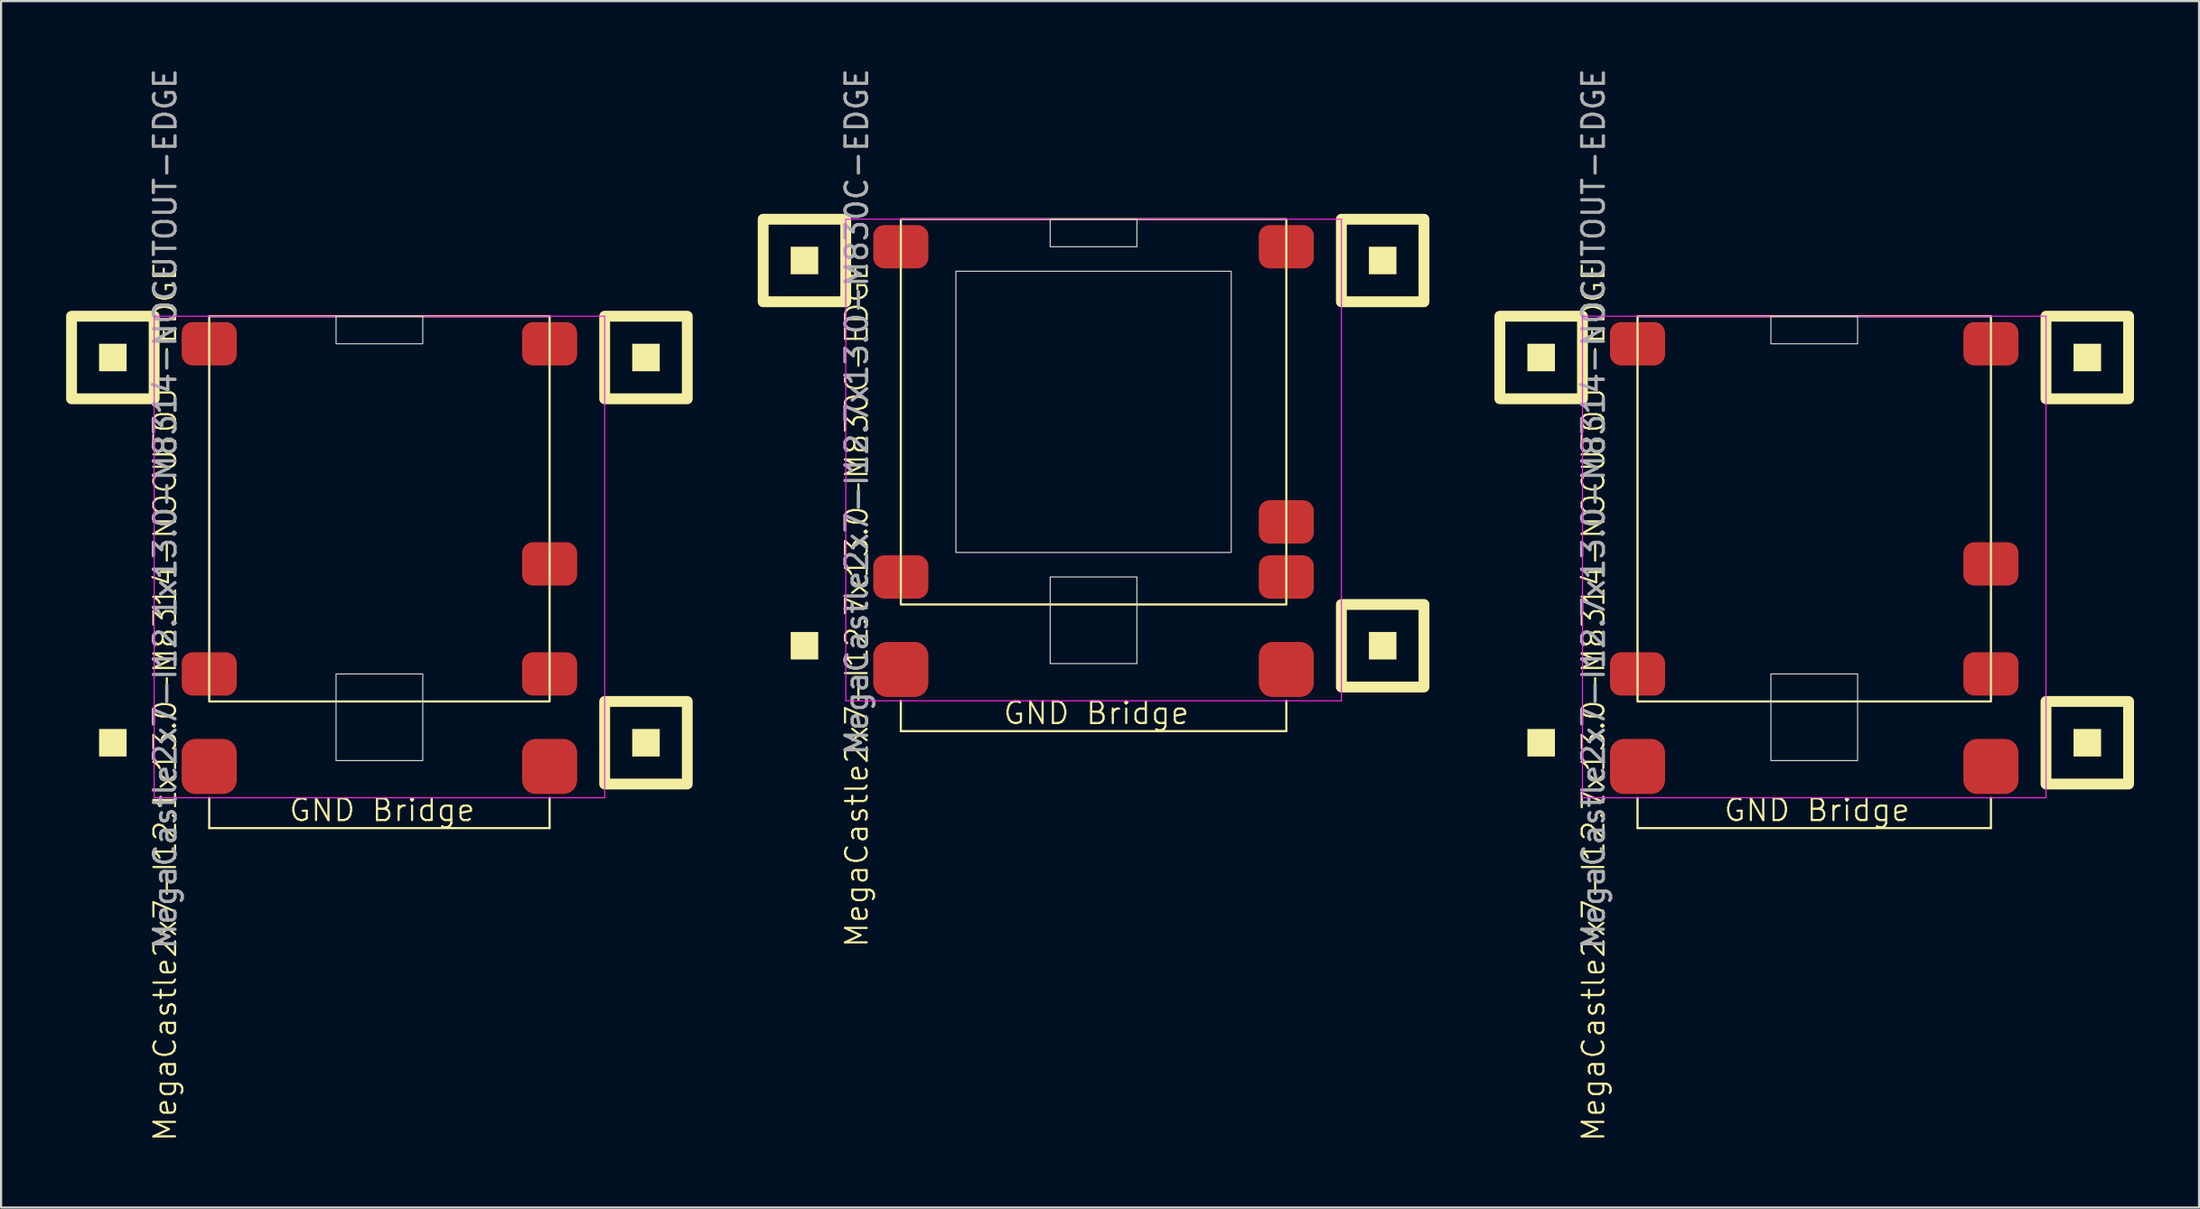
<source format=kicad_pcb>
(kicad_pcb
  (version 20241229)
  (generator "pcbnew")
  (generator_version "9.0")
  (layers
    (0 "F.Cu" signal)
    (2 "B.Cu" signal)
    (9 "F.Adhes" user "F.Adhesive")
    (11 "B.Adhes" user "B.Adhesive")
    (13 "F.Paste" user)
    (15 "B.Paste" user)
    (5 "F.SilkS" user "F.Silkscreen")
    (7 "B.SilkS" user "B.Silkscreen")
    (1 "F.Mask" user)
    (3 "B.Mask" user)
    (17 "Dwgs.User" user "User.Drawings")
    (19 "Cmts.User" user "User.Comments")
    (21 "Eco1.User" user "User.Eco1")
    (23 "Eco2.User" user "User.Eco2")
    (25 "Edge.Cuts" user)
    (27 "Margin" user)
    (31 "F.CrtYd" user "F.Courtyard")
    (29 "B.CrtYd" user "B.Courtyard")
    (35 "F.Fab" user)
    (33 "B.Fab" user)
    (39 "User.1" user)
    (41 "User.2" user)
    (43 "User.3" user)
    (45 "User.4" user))
  (footprint "MegaCastle2x7-I12.7x13.0-M830C-EDGE"
    (layer "F.Cu")
    (at 47.39 15.958)
    (property "Reference" "MegaCastle2x7-I12.7x13.0-M830C-EDGE" (at -10.922 8.89 90) (unlocked yes) (layer "F.SilkS") (effects (font (size 1 1) (thickness 0.1))))
    (attr smd)
    (fp_line (start -8.89 13.335) (end -8.89 14.735) (stroke (width 0.1) (type default)) (layer "F.SilkS"))
    (fp_line (start -8.89 14.735) (end 8.89 14.735) (stroke (width 0.1) (type default)) (layer "F.SilkS"))
    (fp_line (start 8.89 13.335) (end 8.89 14.735) (stroke (width 0.1) (type default)) (layer "F.SilkS"))
    (fp_rect (start -12.7 -6.35) (end -13.97 -7.62) (stroke (width 0) (type solid)) (fill yes) (layer "F.SilkS"))
    (fp_rect (start -12.7 11.43) (end -13.97 10.16) (stroke (width 0) (type solid)) (fill yes) (layer "F.SilkS"))
    (fp_rect (start -11.43 -5.08) (end -15.24 -8.89) (stroke (width 0.5) (type default)) (fill no) (layer "F.SilkS"))
    (fp_rect (start -8.89 -8.89) (end 8.89 8.89) (stroke (width 0.1) (type default)) (fill no) (layer "F.SilkS"))
    (fp_rect (start 13.97 -6.35) (end 12.7 -7.62) (stroke (width 0) (type solid)) (fill yes) (layer "F.SilkS"))
    (fp_rect (start 13.97 11.43) (end 12.7 10.16) (stroke (width 0) (type solid)) (fill yes) (layer "F.SilkS"))
    (fp_rect (start 15.24 -5.08) (end 11.43 -8.89) (stroke (width 0.5) (type default)) (fill no) (layer "F.SilkS"))
    (fp_rect (start 15.24 12.7) (end 11.43 8.89) (stroke (width 0.5) (type default)) (fill no) (layer "F.SilkS"))
    (fp_rect (start -6.35 -6.49) (end 6.35 6.49) (stroke (width 0.05) (type default)) (fill no) (layer "Edge.Cuts"))
    (fp_rect (start -2 -7.62) (end 2 -8.89) (stroke (width 0.05) (type default)) (fill no) (layer "Edge.Cuts"))
    (fp_rect (start -2 7.62) (end 2 11.62) (stroke (width 0.05) (type default)) (fill no) (layer "Edge.Cuts"))
    (fp_line (start -11.43 -8.89) (end -11.43 13.335) (stroke (width 0.05) (type default)) (layer "F.CrtYd"))
    (fp_line (start -11.43 13.335) (end 11.43 13.335) (stroke (width 0.05) (type default)) (layer "F.CrtYd"))
    (fp_line (start 11.43 -8.89) (end -11.43 -8.89) (stroke (width 0.05) (type default)) (layer "F.CrtYd"))
    (fp_line (start 11.43 -8.89) (end 11.43 13.335) (stroke (width 0.05) (type default)) (layer "F.CrtYd"))
    (fp_text user "GND Bridge" (at -4.226 14.49 0) (unlocked yes) (layer "F.SilkS") (effects (font (size 1 1) (thickness 0.1)) (justify left bottom)))
    (fp_text user "${REFERENCE}" (at -10.922 0 90) (unlocked yes) (layer "F.Fab") (effects (font (size 1 1) (thickness 0.15))))
    (pad "1" smd roundrect (at -8.89 -7.62) (size 2.54 2) (layers "F.Cu" "F.Mask" "F.Paste") (roundrect_rratio 0.25))
    (pad "7" smd roundrect (at -8.89 7.62) (size 2.54 2) (layers "F.Cu" "F.Mask" "F.Paste") (roundrect_rratio 0.25))
    (pad "8" smd roundrect (at 8.89 -7.62) (size 2.54 2) (layers "F.Cu" "F.Mask" "F.Paste") (roundrect_rratio 0.25))
    (pad "13" smd roundrect (at 8.89 5.08) (size 2.54 2) (layers "F.Cu" "F.Mask" "F.Paste") (roundrect_rratio 0.25))
    (pad "14" smd roundrect (at 8.89 7.62) (size 2.54 2) (layers "F.Cu" "F.Mask" "F.Paste") (roundrect_rratio 0.25))
    (pad "B1" smd roundrect (at -8.89 11.89) (size 2.54 2.54) (layers "F.Cu" "F.Mask" "F.Paste") (roundrect_rratio 0.25))
    (pad "B2" smd roundrect (at 8.89 11.89) (size 2.54 2.54) (layers "F.Cu" "F.Mask" "F.Paste") (roundrect_rratio 0.25)))
  (footprint "MegaCastle2x7-I12.1x13.0-M8314-NOCUTOUT-EDGE"
    (layer "F.Cu")
    (at 14.45 20.435)
    (property "Reference" "MegaCastle2x7-I12.1x13.0-M8314-NOCUTOUT-EDGE" (at -9.882 8.89 90) (unlocked yes) (layer "F.SilkS") (effects (font (size 1 1) (thickness 0.1))))
    (attr smd)
    (fp_line (start -7.85 13.335) (end -7.85 14.735) (stroke (width 0.1) (type default)) (layer "F.SilkS"))
    (fp_line (start -7.85 14.735) (end 7.85 14.735) (stroke (width 0.1) (type default)) (layer "F.SilkS"))
    (fp_line (start 7.85 13.335) (end 7.85 14.735) (stroke (width 0.1) (type default)) (layer "F.SilkS"))
    (fp_rect (start -11.66 -6.35) (end -12.93 -7.62) (stroke (width 0) (type solid)) (fill yes) (layer "F.SilkS"))
    (fp_rect (start -11.66 11.43) (end -12.93 10.16) (stroke (width 0) (type solid)) (fill yes) (layer "F.SilkS"))
    (fp_rect (start -10.39 -5.08) (end -14.2 -8.89) (stroke (width 0.5) (type default)) (fill no) (layer "F.SilkS"))
    (fp_rect (start -7.85 -8.89) (end 7.85 8.89) (stroke (width 0.1) (type default)) (fill no) (layer "F.SilkS"))
    (fp_rect (start 12.93 -6.35) (end 11.66 -7.62) (stroke (width 0) (type solid)) (fill yes) (layer "F.SilkS"))
    (fp_rect (start 12.93 11.43) (end 11.66 10.16) (stroke (width 0) (type solid)) (fill yes) (layer "F.SilkS"))
    (fp_rect (start 14.2 -5.08) (end 10.39 -8.89) (stroke (width 0.5) (type default)) (fill no) (layer "F.SilkS"))
    (fp_rect (start 14.2 12.7) (end 10.39 8.89) (stroke (width 0.5) (type default)) (fill no) (layer "F.SilkS"))
    (fp_rect (start -2 -7.62) (end 2 -8.89) (stroke (width 0.05) (type default)) (fill no) (layer "Edge.Cuts"))
    (fp_rect (start -2 7.62) (end 2 11.62) (stroke (width 0.05) (type default)) (fill no) (layer "Edge.Cuts"))
    (fp_line (start -10.39 -8.89) (end -10.39 13.335) (stroke (width 0.05) (type default)) (layer "F.CrtYd"))
    (fp_line (start -10.39 13.335) (end 10.39 13.335) (stroke (width 0.05) (type default)) (layer "F.CrtYd"))
    (fp_line (start 10.39 -8.89) (end -10.39 -8.89) (stroke (width 0.05) (type default)) (layer "F.CrtYd"))
    (fp_line (start 10.39 -8.89) (end 10.39 13.335) (stroke (width 0.05) (type default)) (layer "F.CrtYd"))
    (fp_text user "GND Bridge" (at -4.226 14.49 0) (unlocked yes) (layer "F.SilkS") (effects (font (size 1 1) (thickness 0.1)) (justify left bottom)))
    (fp_text user "${REFERENCE}" (at -9.882 0 90) (unlocked yes) (layer "F.Fab") (effects (font (size 1 1) (thickness 0.15))))
    (pad "1" smd roundrect (at -7.85 -7.62) (size 2.54 2) (layers "F.Cu" "F.Mask" "F.Paste") (roundrect_rratio 0.25))
    (pad "7" smd roundrect (at -7.85 7.62) (size 2.54 2) (layers "F.Cu" "F.Mask" "F.Paste") (roundrect_rratio 0.25))
    (pad "8" smd roundrect (at 7.85 -7.62) (size 2.54 2) (layers "F.Cu" "F.Mask" "F.Paste") (roundrect_rratio 0.25))
    (pad "12" smd roundrect (at 7.85 2.54) (size 2.54 2) (layers "F.Cu" "F.Mask" "F.Paste") (roundrect_rratio 0.25))
    (pad "14" smd roundrect (at 7.85 7.62) (size 2.54 2) (layers "F.Cu" "F.Mask" "F.Paste") (roundrect_rratio 0.25))
    (pad "B1" smd roundrect (at -7.85 11.89) (size 2.54 2.54) (layers "F.Cu" "F.Mask" "F.Paste") (roundrect_rratio 0.25))
    (pad "B2" smd roundrect (at 7.85 11.89) (size 2.54 2.54) (layers "F.Cu" "F.Mask" "F.Paste") (roundrect_rratio 0.25)))
  (footprint "MegaCastle2x7-I12.7x13.0-M8314-NOCUTOUT-EDGE"
    (layer "F.Cu")
    (at 80.63 20.435)
    (property "Reference" "MegaCastle2x7-I12.7x13.0-M8314-NOCUTOUT-EDGE" (at -10.182 8.89 90) (unlocked yes) (layer "F.SilkS") (effects (font (size 1 1) (thickness 0.1))))
    (attr smd)
    (fp_line (start -8.15 13.335) (end -8.15 14.735) (stroke (width 0.1) (type default)) (layer "F.SilkS"))
    (fp_line (start -8.15 14.735) (end 8.15 14.735) (stroke (width 0.1) (type default)) (layer "F.SilkS"))
    (fp_line (start 8.15 13.335) (end 8.15 14.735) (stroke (width 0.1) (type default)) (layer "F.SilkS"))
    (fp_rect (start -11.96 -6.35) (end -13.23 -7.62) (stroke (width 0) (type solid)) (fill yes) (layer "F.SilkS"))
    (fp_rect (start -11.96 11.43) (end -13.23 10.16) (stroke (width 0) (type solid)) (fill yes) (layer "F.SilkS"))
    (fp_rect (start -10.69 -5.08) (end -14.5 -8.89) (stroke (width 0.5) (type default)) (fill no) (layer "F.SilkS"))
    (fp_rect (start -8.15 -8.89) (end 8.15 8.89) (stroke (width 0.1) (type default)) (fill no) (layer "F.SilkS"))
    (fp_rect (start 13.23 -6.35) (end 11.96 -7.62) (stroke (width 0) (type solid)) (fill yes) (layer "F.SilkS"))
    (fp_rect (start 13.23 11.43) (end 11.96 10.16) (stroke (width 0) (type solid)) (fill yes) (layer "F.SilkS"))
    (fp_rect (start 14.5 -5.08) (end 10.69 -8.89) (stroke (width 0.5) (type default)) (fill no) (layer "F.SilkS"))
    (fp_rect (start 14.5 12.7) (end 10.69 8.89) (stroke (width 0.5) (type default)) (fill no) (layer "F.SilkS"))
    (fp_rect (start -2 -7.62) (end 2 -8.89) (stroke (width 0.05) (type default)) (fill no) (layer "Edge.Cuts"))
    (fp_rect (start -2 7.62) (end 2 11.62) (stroke (width 0.05) (type default)) (fill no) (layer "Edge.Cuts"))
    (fp_line (start -10.69 -8.89) (end -10.69 13.335) (stroke (width 0.05) (type default)) (layer "F.CrtYd"))
    (fp_line (start -10.69 13.335) (end 10.69 13.335) (stroke (width 0.05) (type default)) (layer "F.CrtYd"))
    (fp_line (start 10.69 -8.89) (end -10.69 -8.89) (stroke (width 0.05) (type default)) (layer "F.CrtYd"))
    (fp_line (start 10.69 -8.89) (end 10.69 13.335) (stroke (width 0.05) (type default)) (layer "F.CrtYd"))
    (fp_text user "GND Bridge" (at -4.226 14.49 0) (unlocked yes) (layer "F.SilkS") (effects (font (size 1 1) (thickness 0.1)) (justify left bottom)))
    (fp_text user "${REFERENCE}" (at -10.182 0 90) (unlocked yes) (layer "F.Fab") (effects (font (size 1 1) (thickness 0.15))))
    (pad "1" smd roundrect (at -8.15 -7.62) (size 2.54 2) (layers "F.Cu" "F.Mask" "F.Paste") (roundrect_rratio 0.25))
    (pad "7" smd roundrect (at -8.15 7.62) (size 2.54 2) (layers "F.Cu" "F.Mask" "F.Paste") (roundrect_rratio 0.25))
    (pad "8" smd roundrect (at 8.15 -7.62) (size 2.54 2) (layers "F.Cu" "F.Mask" "F.Paste") (roundrect_rratio 0.25))
    (pad "12" smd roundrect (at 8.15 2.54) (size 2.54 2) (layers "F.Cu" "F.Mask" "F.Paste") (roundrect_rratio 0.25))
    (pad "14" smd roundrect (at 8.15 7.62) (size 2.54 2) (layers "F.Cu" "F.Mask" "F.Paste") (roundrect_rratio 0.25))
    (pad "B1" smd roundrect (at -8.15 11.89) (size 2.54 2.54) (layers "F.Cu" "F.Mask" "F.Paste") (roundrect_rratio 0.25))
    (pad "B2" smd roundrect (at 8.15 11.89) (size 2.54 2.54) (layers "F.Cu" "F.Mask" "F.Paste") (roundrect_rratio 0.25)))
  (gr_rect
    (start -3 -3)
    (end 98.38 52.684)
    (stroke (width 0.1) (type default))
    (fill no)
    (layer "Edge.Cuts")))
</source>
